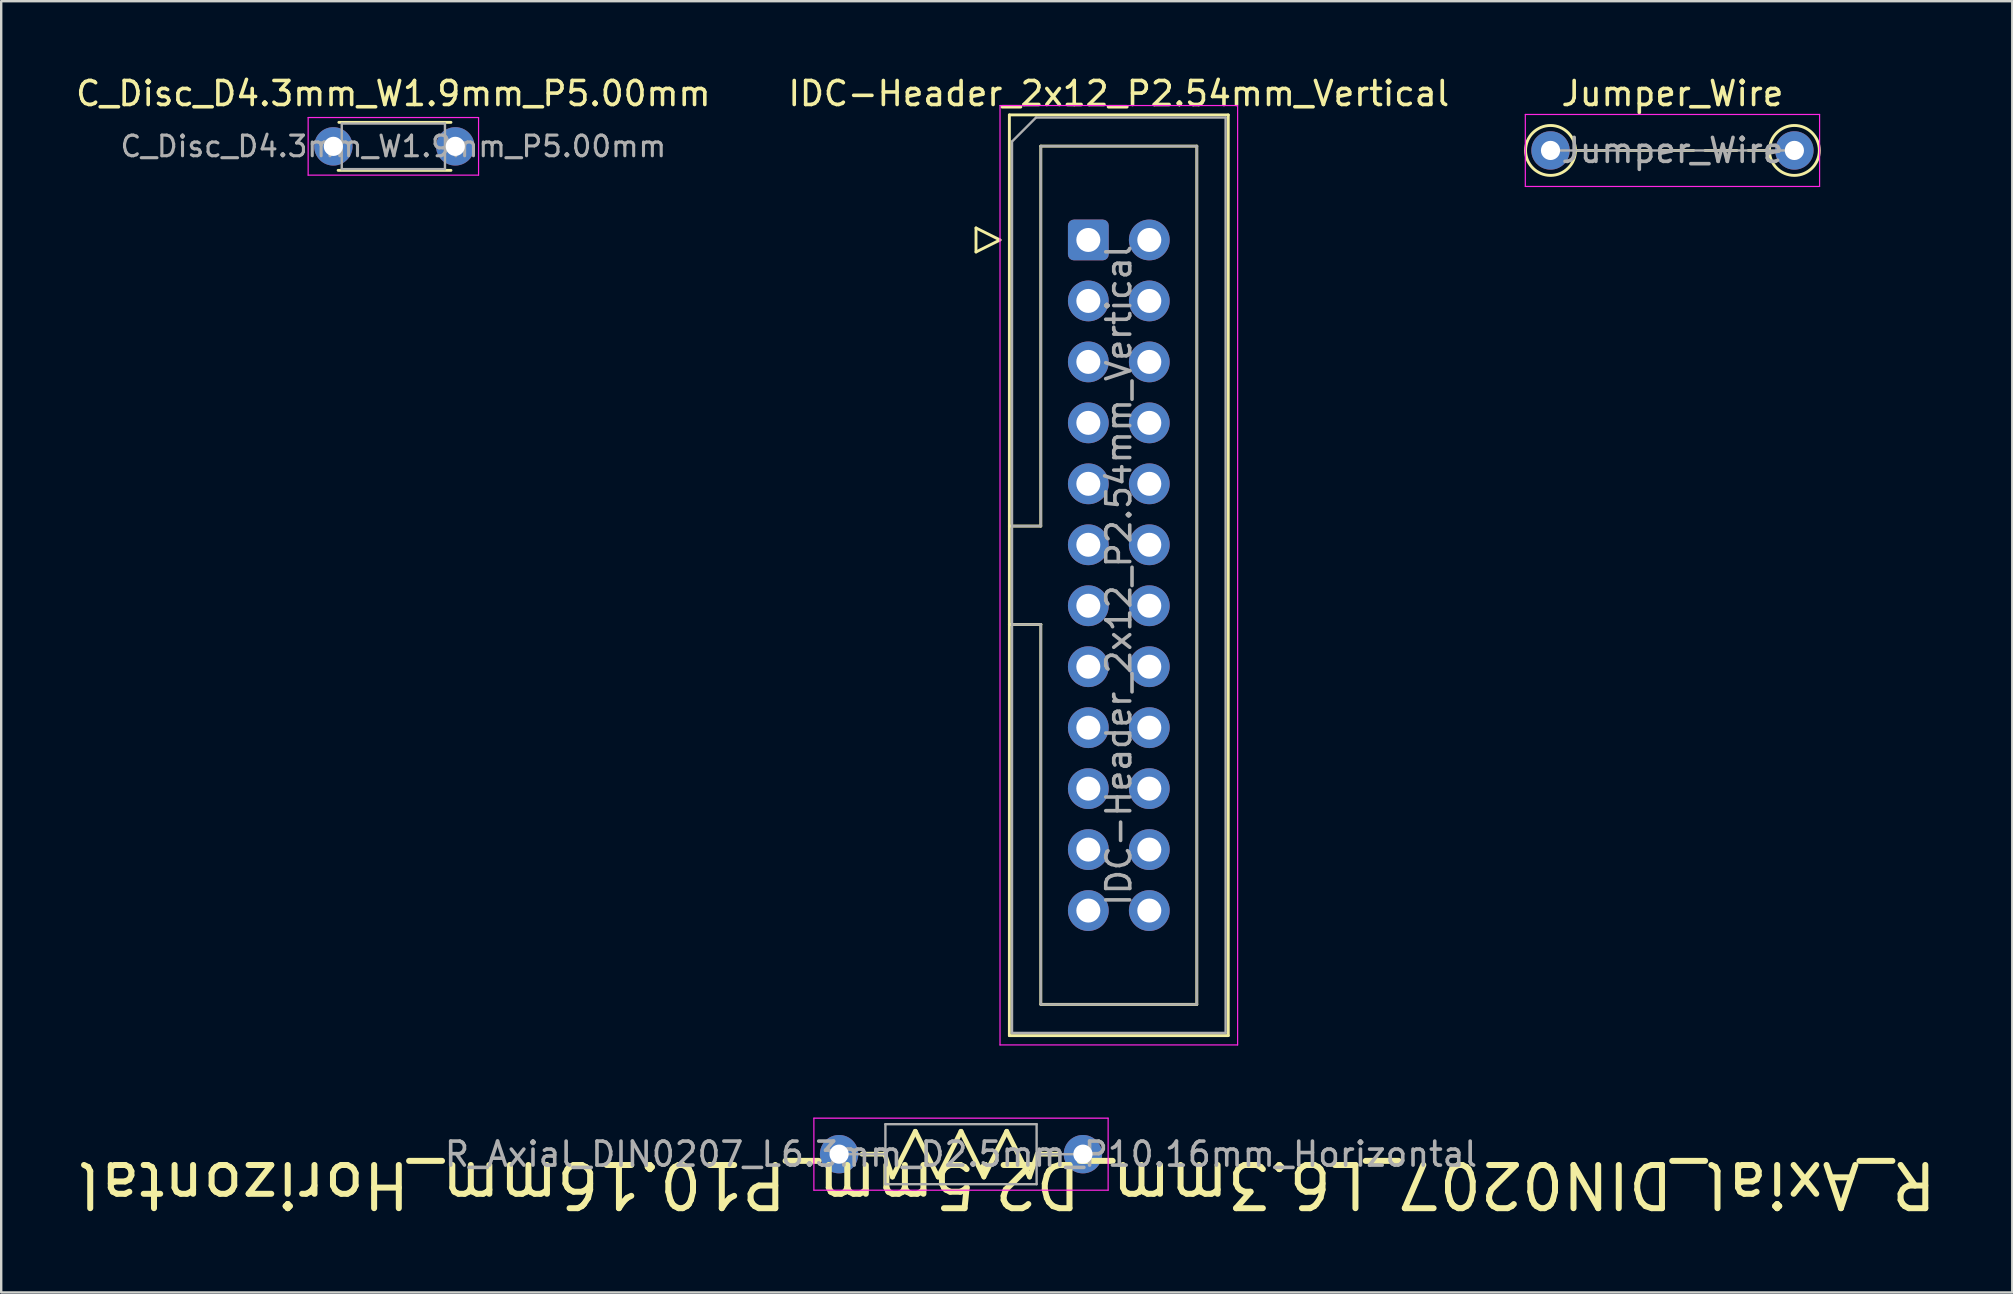
<source format=kicad_pcb>
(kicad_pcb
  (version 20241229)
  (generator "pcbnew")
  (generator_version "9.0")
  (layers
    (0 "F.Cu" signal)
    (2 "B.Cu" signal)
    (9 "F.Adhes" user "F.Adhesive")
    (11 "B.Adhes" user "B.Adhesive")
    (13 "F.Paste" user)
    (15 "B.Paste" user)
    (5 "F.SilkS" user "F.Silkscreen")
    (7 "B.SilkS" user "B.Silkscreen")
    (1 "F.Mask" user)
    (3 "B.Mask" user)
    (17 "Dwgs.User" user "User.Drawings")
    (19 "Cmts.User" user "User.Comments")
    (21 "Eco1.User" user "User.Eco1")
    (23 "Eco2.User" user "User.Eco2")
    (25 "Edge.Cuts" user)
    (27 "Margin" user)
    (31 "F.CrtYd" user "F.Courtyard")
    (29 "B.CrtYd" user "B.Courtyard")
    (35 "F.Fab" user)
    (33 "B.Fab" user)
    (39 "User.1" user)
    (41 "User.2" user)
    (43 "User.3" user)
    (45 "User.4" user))
  (footprint "IDC-Header_2x12_P2.54mm_Vertical"
    (layer "F.Cu")
    (at 42.295 6.948)
    (property "Reference" "IDC-Header_2x12_P2.54mm_Vertical" (at 1.27 -6.1 0) (layer "F.SilkS") (effects (font (size 1 1) (thickness 0.15))))
    (attr through_hole)
    (fp_line (start -4.68 -0.5) (end -4.68 0.5) (stroke (width 0.12) (type solid)) (layer "F.SilkS"))
    (fp_line (start -4.68 0.5) (end -3.68 0) (stroke (width 0.12) (type solid)) (layer "F.SilkS"))
    (fp_line (start -3.68 0) (end -4.68 -0.5) (stroke (width 0.12) (type solid)) (layer "F.SilkS"))
    (fp_line (start -3.29 -5.21) (end 5.83 -5.21) (stroke (width 0.12) (type solid)) (layer "F.SilkS"))
    (fp_line (start -3.29 11.92) (end -1.98 11.92) (stroke (width 0.12) (type solid)) (layer "F.SilkS"))
    (fp_line (start -3.29 33.15) (end -3.29 -5.21) (stroke (width 0.12) (type solid)) (layer "F.SilkS"))
    (fp_line (start -1.98 -3.91) (end 4.52 -3.91) (stroke (width 0.12) (type solid)) (layer "F.SilkS"))
    (fp_line (start -1.98 11.92) (end -1.98 -3.91) (stroke (width 0.12) (type solid)) (layer "F.SilkS"))
    (fp_line (start -1.98 16.02) (end -3.29 16.02) (stroke (width 0.12) (type solid)) (layer "F.SilkS"))
    (fp_line (start -1.98 16.02) (end -1.98 16.02) (stroke (width 0.12) (type solid)) (layer "F.SilkS"))
    (fp_line (start -1.98 31.85) (end -1.98 16.02) (stroke (width 0.12) (type solid)) (layer "F.SilkS"))
    (fp_line (start 4.52 -3.91) (end 4.52 31.85) (stroke (width 0.12) (type solid)) (layer "F.SilkS"))
    (fp_line (start 4.52 31.85) (end -1.98 31.85) (stroke (width 0.12) (type solid)) (layer "F.SilkS"))
    (fp_line (start 5.83 -5.21) (end 5.83 33.15) (stroke (width 0.12) (type solid)) (layer "F.SilkS"))
    (fp_line (start 5.83 33.15) (end -3.29 33.15) (stroke (width 0.12) (type solid)) (layer "F.SilkS"))
    (fp_line (start -3.68 -5.6) (end -3.68 33.54) (stroke (width 0.05) (type solid)) (layer "F.CrtYd"))
    (fp_line (start -3.68 33.54) (end 6.22 33.54) (stroke (width 0.05) (type solid)) (layer "F.CrtYd"))
    (fp_line (start 6.22 -5.6) (end -3.68 -5.6) (stroke (width 0.05) (type solid)) (layer "F.CrtYd"))
    (fp_line (start 6.22 33.54) (end 6.22 -5.6) (stroke (width 0.05) (type solid)) (layer "F.CrtYd"))
    (fp_line (start -3.18 -4.1) (end -2.18 -5.1) (stroke (width 0.1) (type solid)) (layer "F.Fab"))
    (fp_line (start -3.18 11.92) (end -1.98 11.92) (stroke (width 0.1) (type solid)) (layer "F.Fab"))
    (fp_line (start -3.18 33.04) (end -3.18 -4.1) (stroke (width 0.1) (type solid)) (layer "F.Fab"))
    (fp_line (start -2.18 -5.1) (end 5.72 -5.1) (stroke (width 0.1) (type solid)) (layer "F.Fab"))
    (fp_line (start -1.98 -3.91) (end 4.52 -3.91) (stroke (width 0.1) (type solid)) (layer "F.Fab"))
    (fp_line (start -1.98 11.92) (end -1.98 -3.91) (stroke (width 0.1) (type solid)) (layer "F.Fab"))
    (fp_line (start -1.98 16.02) (end -3.18 16.02) (stroke (width 0.1) (type solid)) (layer "F.Fab"))
    (fp_line (start -1.98 16.02) (end -1.98 16.02) (stroke (width 0.1) (type solid)) (layer "F.Fab"))
    (fp_line (start -1.98 31.85) (end -1.98 16.02) (stroke (width 0.1) (type solid)) (layer "F.Fab"))
    (fp_line (start 4.52 -3.91) (end 4.52 31.85) (stroke (width 0.1) (type solid)) (layer "F.Fab"))
    (fp_line (start 4.52 31.85) (end -1.98 31.85) (stroke (width 0.1) (type solid)) (layer "F.Fab"))
    (fp_line (start 5.72 -5.1) (end 5.72 33.04) (stroke (width 0.1) (type solid)) (layer "F.Fab"))
    (fp_line (start 5.72 33.04) (end -3.18 33.04) (stroke (width 0.1) (type solid)) (layer "F.Fab"))
    (fp_text user "${REFERENCE}" (at 1.27 13.97 90) (layer "F.Fab") (effects (font (size 1 1) (thickness 0.15))))
    (pad "1" thru_hole roundrect (at 0 0) (size 1.7 1.7) (drill 1) (layers "*.Cu" "*.Mask") (roundrect_rratio 0.147))
    (pad "2" thru_hole circle (at 0 2.54) (size 1.7 1.7) (drill 1) (layers "*.Cu" "*.Mask"))
    (pad "3" thru_hole circle (at 0 5.08) (size 1.7 1.7) (drill 1) (layers "*.Cu" "*.Mask"))
    (pad "4" thru_hole circle (at 0 7.62) (size 1.7 1.7) (drill 1) (layers "*.Cu" "*.Mask"))
    (pad "5" thru_hole circle (at 0 10.16) (size 1.7 1.7) (drill 1) (layers "*.Cu" "*.Mask"))
    (pad "6" thru_hole circle (at 0 12.7) (size 1.7 1.7) (drill 1) (layers "*.Cu" "*.Mask"))
    (pad "7" thru_hole circle (at 0 15.24) (size 1.7 1.7) (drill 1) (layers "*.Cu" "*.Mask"))
    (pad "8" thru_hole circle (at 0 17.78) (size 1.7 1.7) (drill 1) (layers "*.Cu" "*.Mask"))
    (pad "9" thru_hole circle (at 0 20.32) (size 1.7 1.7) (drill 1) (layers "*.Cu" "*.Mask"))
    (pad "10" thru_hole circle (at 0 22.86) (size 1.7 1.7) (drill 1) (layers "*.Cu" "*.Mask"))
    (pad "11" thru_hole circle (at 0 25.4) (size 1.7 1.7) (drill 1) (layers "*.Cu" "*.Mask"))
    (pad "12" thru_hole circle (at 0 27.94) (size 1.7 1.7) (drill 1) (layers "*.Cu" "*.Mask"))
    (pad "A" thru_hole circle (at 2.54 0) (size 1.7 1.7) (drill 1) (layers "*.Cu" "*.Mask"))
    (pad "B" thru_hole circle (at 2.54 2.54) (size 1.7 1.7) (drill 1) (layers "*.Cu" "*.Mask"))
    (pad "C" thru_hole circle (at 2.54 5.08) (size 1.7 1.7) (drill 1) (layers "*.Cu" "*.Mask"))
    (pad "D" thru_hole circle (at 2.54 7.62) (size 1.7 1.7) (drill 1) (layers "*.Cu" "*.Mask"))
    (pad "E" thru_hole circle (at 2.54 10.16) (size 1.7 1.7) (drill 1) (layers "*.Cu" "*.Mask"))
    (pad "F" thru_hole circle (at 2.54 12.7) (size 1.7 1.7) (drill 1) (layers "*.Cu" "*.Mask"))
    (pad "H" thru_hole circle (at 2.54 15.24) (size 1.7 1.7) (drill 1) (layers "*.Cu" "*.Mask"))
    (pad "J" thru_hole circle (at 2.54 17.78) (size 1.7 1.7) (drill 1) (layers "*.Cu" "*.Mask"))
    (pad "K" thru_hole circle (at 2.54 20.32) (size 1.7 1.7) (drill 1) (layers "*.Cu" "*.Mask"))
    (pad "L" thru_hole circle (at 2.54 22.86) (size 1.7 1.7) (drill 1) (layers "*.Cu" "*.Mask"))
    (pad "M" thru_hole circle (at 2.54 25.4) (size 1.7 1.7) (drill 1) (layers "*.Cu" "*.Mask"))
    (pad "N" thru_hole circle (at 2.54 27.94) (size 1.7 1.7) (drill 1) (layers "*.Cu" "*.Mask")))
  (footprint "R_Axial_DIN0207_L6.3mm_D2.5mm_P10.16mm_Horizontal"
    (layer "F.Cu")
    (at 31.91 45.038)
    (property "Reference" "R_Axial_DIN0207_L6.3mm_D2.5mm_P10.16mm_Horizontal" (at 6.985 1.27 180) (unlocked yes) (layer "F.SilkS") (effects (font (size 1.8 1.8) (thickness 0.25))))
    (attr through_hole)
    (fp_line (start 1.905 0) (end 0.953 0) (stroke (width 0.2) (type default)) (layer "F.SilkS"))
    (fp_line (start 2.223 0.953) (end 1.905 0) (stroke (width 0.2) (type default)) (layer "F.SilkS"))
    (fp_line (start 3.175 -0.953) (end 2.223 0.953) (stroke (width 0.2) (type default)) (layer "F.SilkS"))
    (fp_line (start 4.128 0.953) (end 3.175 -0.953) (stroke (width 0.2) (type default)) (layer "F.SilkS"))
    (fp_line (start 5.08 -0.953) (end 4.128 0.953) (stroke (width 0.2) (type default)) (layer "F.SilkS"))
    (fp_line (start 5.08 -0.953) (end 6.032 0.953) (stroke (width 0.2) (type default)) (layer "F.SilkS"))
    (fp_line (start 6.032 0.953) (end 6.985 -0.953) (stroke (width 0.2) (type default)) (layer "F.SilkS"))
    (fp_line (start 7.938 0.953) (end 6.985 -0.953) (stroke (width 0.2) (type default)) (layer "F.SilkS"))
    (fp_line (start 8.255 0) (end 7.938 0.953) (stroke (width 0.2) (type default)) (layer "F.SilkS"))
    (fp_line (start 9.12 0) (end 8.255 0) (stroke (width 0.2) (type solid)) (layer "F.SilkS"))
    (fp_line (start -1.05 -1.5) (end -1.05 1.5) (stroke (width 0.05) (type solid)) (layer "F.CrtYd"))
    (fp_line (start -1.05 1.5) (end 11.21 1.5) (stroke (width 0.05) (type solid)) (layer "F.CrtYd"))
    (fp_line (start 11.21 -1.5) (end -1.05 -1.5) (stroke (width 0.05) (type solid)) (layer "F.CrtYd"))
    (fp_line (start 11.21 1.5) (end 11.21 -1.5) (stroke (width 0.05) (type solid)) (layer "F.CrtYd"))
    (fp_line (start 0 0) (end 1.93 0) (stroke (width 0.1) (type solid)) (layer "F.Fab"))
    (fp_line (start 1.93 -1.25) (end 1.93 1.25) (stroke (width 0.1) (type solid)) (layer "F.Fab"))
    (fp_line (start 1.93 1.25) (end 8.23 1.25) (stroke (width 0.1) (type solid)) (layer "F.Fab"))
    (fp_line (start 8.23 -1.25) (end 1.93 -1.25) (stroke (width 0.1) (type solid)) (layer "F.Fab"))
    (fp_line (start 8.23 1.25) (end 8.23 -1.25) (stroke (width 0.1) (type solid)) (layer "F.Fab"))
    (fp_line (start 10.16 0) (end 8.23 0) (stroke (width 0.1) (type solid)) (layer "F.Fab"))
    (fp_text user "${REFERENCE}" (at 5.08 0 0) (layer "F.Fab") (effects (font (size 1 1) (thickness 0.15))))
    (pad "1" thru_hole circle (at 0 0) (size 1.6 1.6) (drill 0.8) (layers "*.Cu" "*.Mask"))
    (pad "2" thru_hole oval (at 10.16 0) (size 1.6 1.6) (drill 0.8) (layers "*.Cu" "*.Mask")))
  (footprint "C_Disc_D4.3mm_W1.9mm_P5.00mm"
    (layer "F.Cu")
    (at 10.839 3.048)
    (property "Reference" "C_Disc_D4.3mm_W1.9mm_P5.00mm" (at 2.5 -2.2 180) (layer "F.SilkS") (effects (font (size 1 1) (thickness 0.15))))
    (attr through_hole)
    (fp_line (start 0.2 1) (end 4.9 1) (stroke (width 0.12) (type solid)) (layer "F.SilkS"))
    (fp_line (start 0.23 -1) (end 4.9 -1) (stroke (width 0.12) (type solid)) (layer "F.SilkS"))
    (fp_line (start -1.05 -1.2) (end -1.05 1.2) (stroke (width 0.05) (type solid)) (layer "F.CrtYd"))
    (fp_line (start -1.05 1.2) (end 6.05 1.2) (stroke (width 0.05) (type solid)) (layer "F.CrtYd"))
    (fp_line (start 6.05 -1.2) (end -1.05 -1.2) (stroke (width 0.05) (type solid)) (layer "F.CrtYd"))
    (fp_line (start 6.05 1.2) (end 6.05 -1.2) (stroke (width 0.05) (type solid)) (layer "F.CrtYd"))
    (fp_line (start 0.35 -0.95) (end 0.35 0.95) (stroke (width 0.1) (type solid)) (layer "F.Fab"))
    (fp_line (start 0.35 0.95) (end 4.65 0.95) (stroke (width 0.1) (type solid)) (layer "F.Fab"))
    (fp_line (start 4.65 -0.95) (end 0.35 -0.95) (stroke (width 0.1) (type solid)) (layer "F.Fab"))
    (fp_line (start 4.65 0.95) (end 4.65 -0.95) (stroke (width 0.1) (type solid)) (layer "F.Fab"))
    (fp_text user "${REFERENCE}" (at 2.5 0 180) (layer "F.Fab") (effects (font (size 0.86 0.86) (thickness 0.129))))
    (pad "1" thru_hole circle (at 0 0) (size 1.6 1.6) (drill 0.8) (layers "*.Cu" "*.Mask"))
    (pad "2" thru_hole circle (at 5.08 0) (size 1.6 1.6) (drill 0.8) (layers "*.Cu" "*.Mask")))
  (footprint "Jumper_Wire"
    (layer "F.Cu")
    (at 61.552 3.218)
    (property "Reference" "Jumper_Wire" (at 5.08 -2.37 0) (layer "F.SilkS") (effects (font (size 1 1) (thickness 0.15))))
    (attr through_hole)
    (fp_line (start 1.04 0) (end 9.12 0) (stroke (width 0.12) (type dash)) (layer "F.SilkS"))
    (fp_circle (center 0 0) (end 1.04 0) (stroke (width 0.12) (type default)) (fill no) (layer "F.SilkS"))
    (fp_circle (center 10.16 0) (end 11.2 0) (stroke (width 0.12) (type default)) (fill no) (layer "F.SilkS"))
    (fp_line (start -1.05 -1.5) (end -1.05 1.5) (stroke (width 0.05) (type solid)) (layer "F.CrtYd"))
    (fp_line (start -1.05 1.5) (end 11.21 1.5) (stroke (width 0.05) (type solid)) (layer "F.CrtYd"))
    (fp_line (start 11.21 -1.5) (end -1.05 -1.5) (stroke (width 0.05) (type solid)) (layer "F.CrtYd"))
    (fp_line (start 11.21 1.5) (end 11.21 -1.5) (stroke (width 0.05) (type solid)) (layer "F.CrtYd"))
    (fp_line (start 0 0) (end 5.08 0) (stroke (width 0.1) (type solid)) (layer "F.Fab"))
    (fp_line (start 10.16 0) (end 5.08 0) (stroke (width 0.1) (type solid)) (layer "F.Fab"))
    (fp_text user "${REFERENCE}" (at 5.08 0 0) (layer "F.Fab") (effects (font (size 1 1) (thickness 0.15))))
    (pad "1" thru_hole circle (at 0 0) (size 1.6 1.6) (drill 0.8) (layers "*.Cu" "*.Mask"))
    (pad "2" thru_hole oval (at 10.16 0) (size 1.6 1.6) (drill 0.8) (layers "*.Cu" "*.Mask")))
  (gr_rect
    (start -3 -3)
    (end 80.79 50.8)
    (stroke (width 0.1) (type default))
    (fill no)
    (layer "Edge.Cuts")))
</source>
